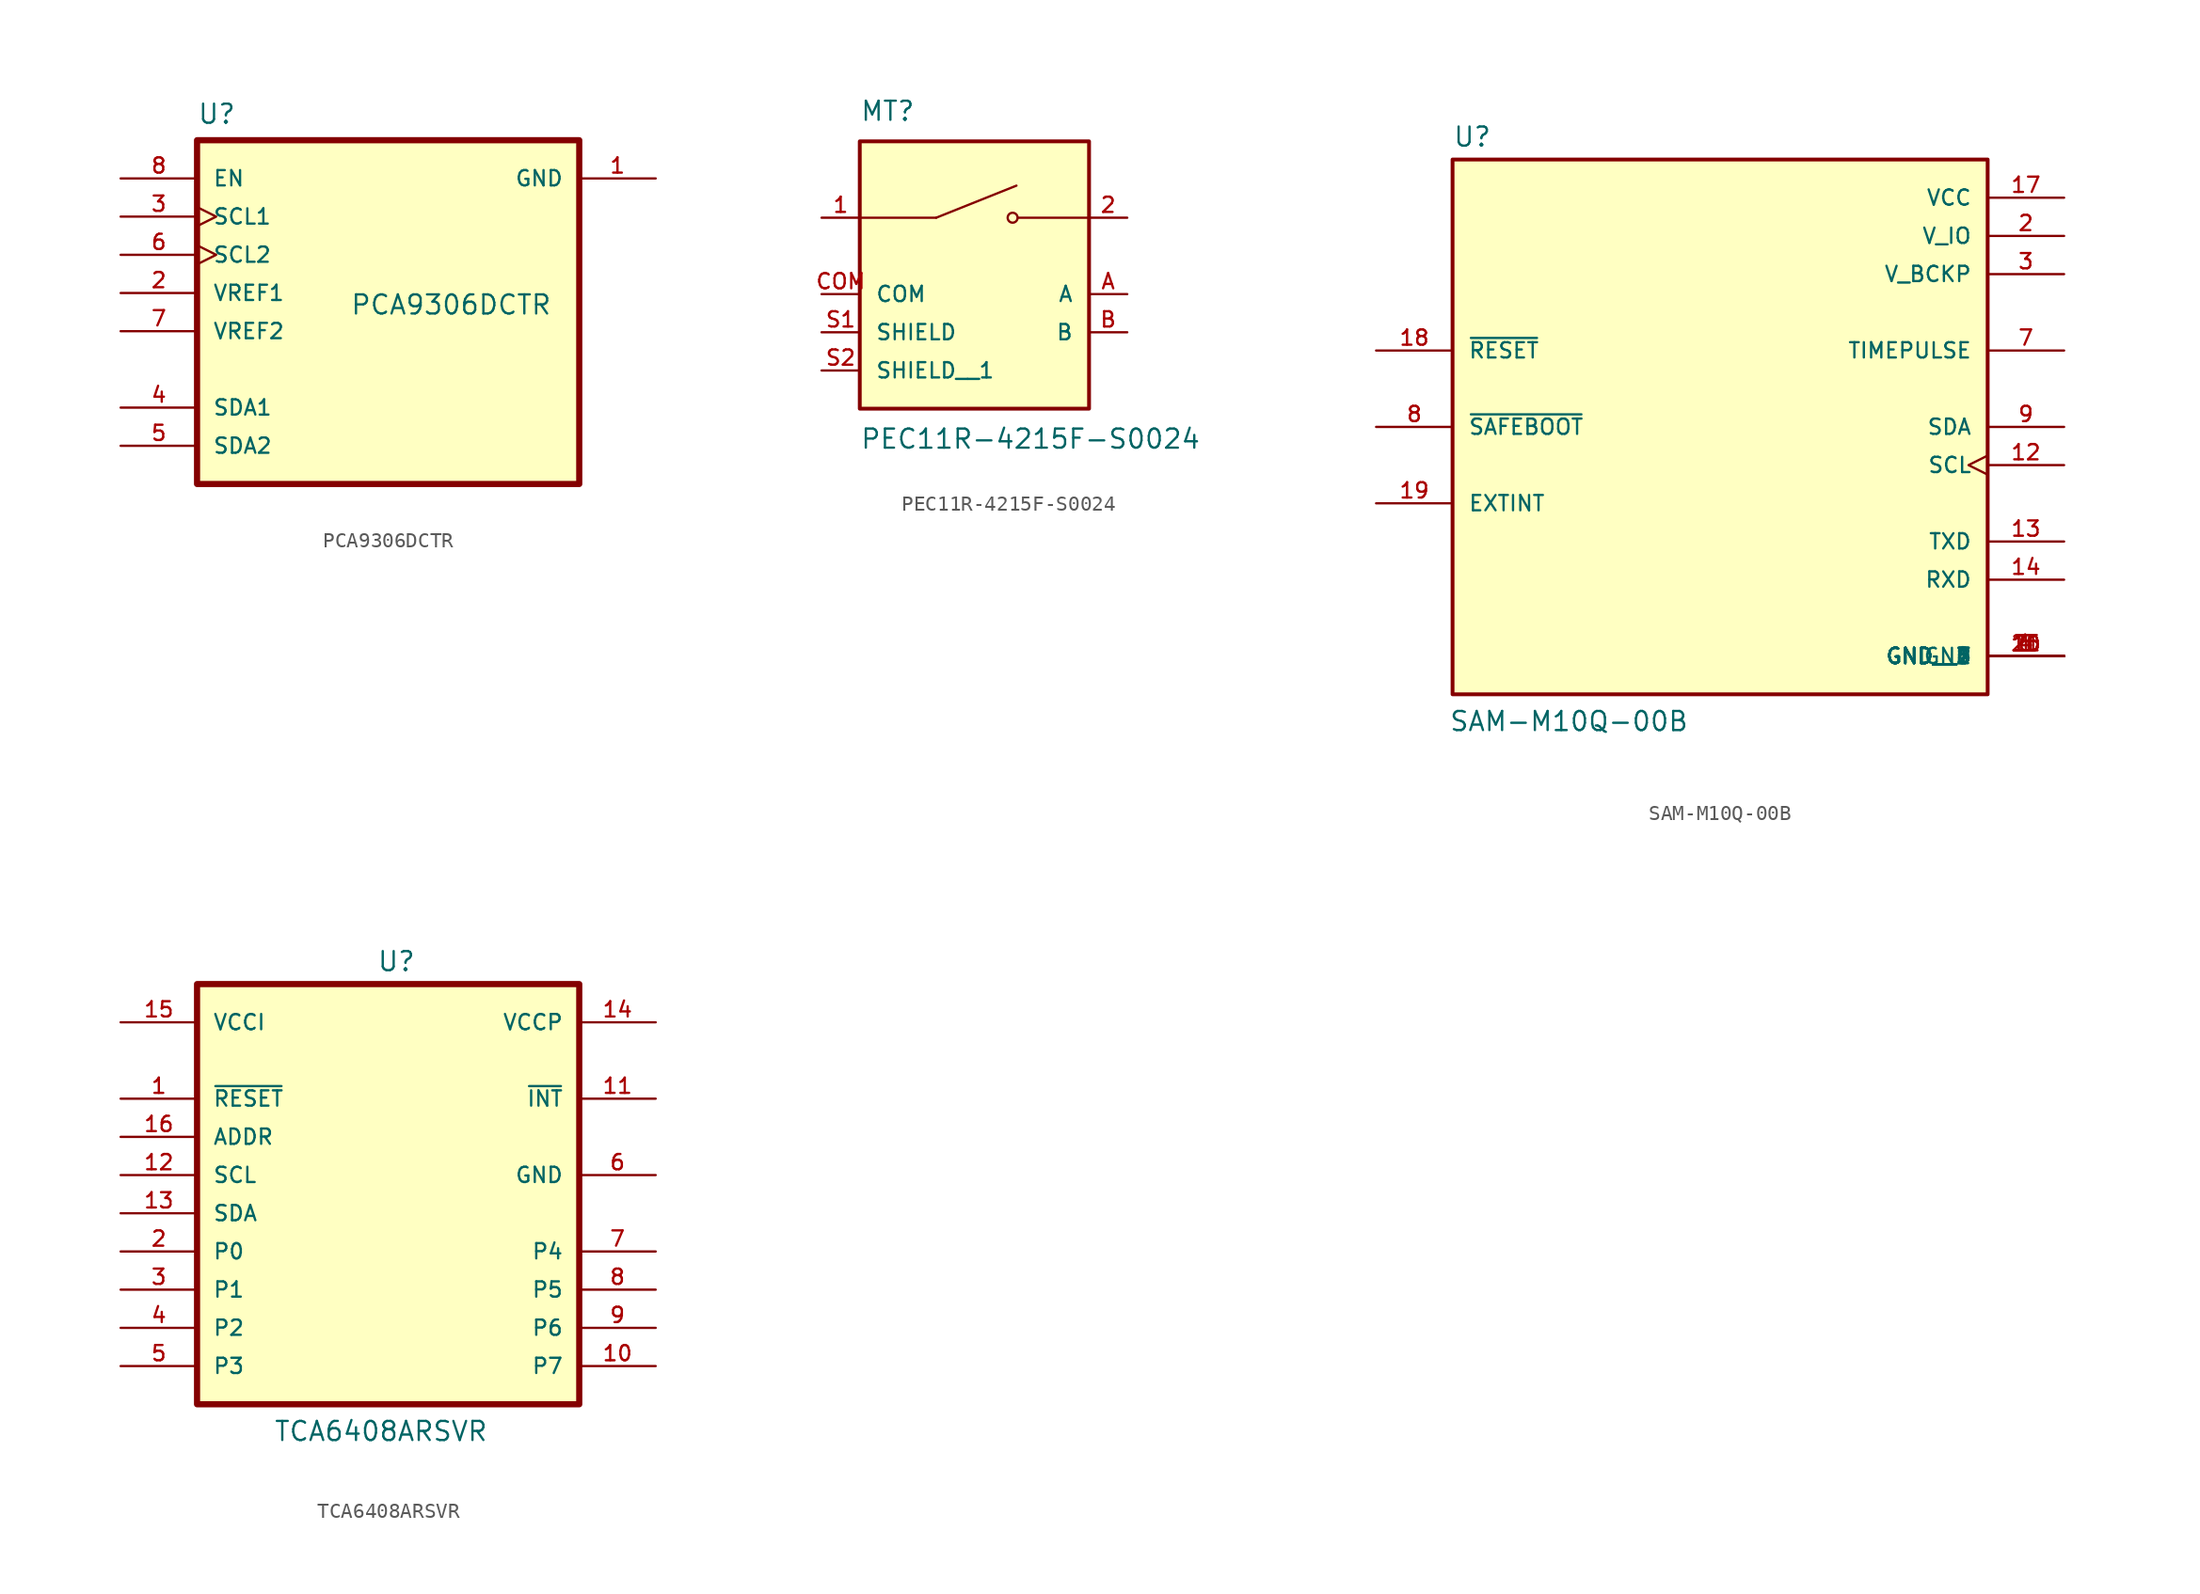
<source format=kicad_sym>
(kicad_symbol_lib
  (version 20231120)
  (generator "kicad_symbol_editor")
  (generator_version "8.0")
  (symbol "PCA9306DCTR"
    (pin_names
      (offset 1.016))
    (property "Reference" "U"
      (at -12.7 16.24 0)
      (effects (font (size 1.27 1.27)) (justify left bottom)))
    (property "Value" "PCA9306DCTR"
      (at -2.54 3.556 0)
      (effects (font (size 1.27 1.27)) (justify left bottom)))
    (symbol "PCA9306DCTR_0_0"
      (rectangle (start -12.7 15.24) (end 12.7 -7.62) (stroke (width 0.41) (type default)) (fill (type background)))
      (pin power_in line (at 17.78 12.7 180) (length 5.08) (name "GND" (effects (font (size 1.016 1.016)))) (number "1" (effects (font (size 1.016 1.016)))))
      (pin input line (at -17.78 5.08 0) (length 5.08) (name "VREF1" (effects (font (size 1.016 1.016)))) (number "2" (effects (font (size 1.016 1.016)))))
      (pin input clock (at -17.78 10.16 0) (length 5.08) (name "SCL1" (effects (font (size 1.016 1.016)))) (number "3" (effects (font (size 1.016 1.016)))))
      (pin bidirectional line (at -17.78 -2.54 0) (length 5.08) (name "SDA1" (effects (font (size 1.016 1.016)))) (number "4" (effects (font (size 1.016 1.016)))))
      (pin bidirectional line (at -17.78 -5.08 0) (length 5.08) (name "SDA2" (effects (font (size 1.016 1.016)))) (number "5" (effects (font (size 1.016 1.016)))))
      (pin input clock (at -17.78 7.62 0) (length 5.08) (name "SCL2" (effects (font (size 1.016 1.016)))) (number "6" (effects (font (size 1.016 1.016)))))
      (pin input line (at -17.78 2.54 0) (length 5.08) (name "VREF2" (effects (font (size 1.016 1.016)))) (number "7" (effects (font (size 1.016 1.016)))))
      (pin input line (at -17.78 12.7 0) (length 5.08) (name "EN" (effects (font (size 1.016 1.016)))) (number "8" (effects (font (size 1.016 1.016)))))))
  (symbol "PEC11R-4215F-S0024"
    (pin_names
      (offset 1.016))
    (property "Reference" "MT"
      (at -7.62 8.89 0)
      (effects (font (size 1.27 1.27)) (justify left bottom)))
    (property "Value" "PEC11R-4215F-S0024"
      (at -7.62 -11.43 0)
      (effects (font (size 1.27 1.27)) (justify left top)))
    (symbol "PEC11R-4215F-S0024_0_0"
      (rectangle (start -7.62 -10.16) (end 7.62 7.62) (stroke (width 0.254) (type default)) (fill (type background)))
      (polyline (pts (xy -2.54 2.54) (xy -7.62 2.54)) (stroke (width 0.152) (type default)) (fill (type none)))
      (polyline (pts (xy -2.54 2.54) (xy 2.794 4.674)) (stroke (width 0.152) (type default)) (fill (type none)))
      (polyline (pts (xy 7.62 2.54) (xy 2.921 2.54)) (stroke (width 0.152) (type default)) (fill (type none)))
      (circle (center 2.54 2.54) (radius 0.33) (stroke (width 0.152) (type default)) (fill (type none)))
      (pin passive line (at -10.16 2.54 0) (length 2.54) (name "~" (effects (font (size 1.016 1.016)))) (number "1" (effects (font (size 1.016 1.016)))))
      (pin passive line (at 10.16 2.54 180) (length 2.54) (name "~" (effects (font (size 1.016 1.016)))) (number "2" (effects (font (size 1.016 1.016)))))
      (pin passive line (at 10.16 -2.54 180) (length 2.54) (name "A" (effects (font (size 1.016 1.016)))) (number "A" (effects (font (size 1.016 1.016)))))
      (pin passive line (at 10.16 -5.08 180) (length 2.54) (name "B" (effects (font (size 1.016 1.016)))) (number "B" (effects (font (size 1.016 1.016)))))
      (pin passive line (at -10.16 -2.54 0) (length 2.54) (name "COM" (effects (font (size 1.016 1.016)))) (number "COM" (effects (font (size 1.016 1.016)))))
      (pin passive line (at -10.16 -5.08 0) (length 2.54) (name "SHIELD" (effects (font (size 1.016 1.016)))) (number "S1" (effects (font (size 1.016 1.016)))))
      (pin passive line (at -10.16 -7.62 0) (length 2.54) (name "SHIELD__1" (effects (font (size 1.016 1.016)))) (number "S2" (effects (font (size 1.016 1.016)))))))
  (symbol "SAM-M10Q-00B"
    (pin_names
      (offset 1.016))
    (property "Reference" "U"
      (at -17.78 18.542 0)
      (effects (font (size 1.27 1.27)) (justify left bottom)))
    (property "Value" "SAM-M10Q-00B"
      (at -18.034 -20.32 0)
      (effects (font (size 1.27 1.27)) (justify left bottom)))
    (symbol "SAM-M10Q-00B_0_0"
      (rectangle (start -17.78 17.78) (end 17.78 -17.78) (stroke (width 0.254) (type default)) (fill (type background)))
      (pin power_in line (at 22.86 -15.24 180) (length 5.08) (name "GND" (effects (font (size 1.016 1.016)))) (number "1" (effects (font (size 1.016 1.016)))))
      (pin power_in line (at 22.86 -15.24 180) (length 5.08) (name "GND__4" (effects (font (size 1.016 1.016)))) (number "10" (effects (font (size 1.016 1.016)))))
      (pin power_in line (at 22.86 -15.24 180) (length 5.08) (name "GND__5" (effects (font (size 1.016 1.016)))) (number "11" (effects (font (size 1.016 1.016)))))
      (pin input clock (at 22.86 -2.54 180) (length 5.08) (name "SCL" (effects (font (size 1.016 1.016)))) (number "12" (effects (font (size 1.016 1.016)))))
      (pin output line (at 22.86 -7.62 180) (length 5.08) (name "TXD" (effects (font (size 1.016 1.016)))) (number "13" (effects (font (size 1.016 1.016)))))
      (pin input line (at 22.86 -10.16 180) (length 5.08) (name "RXD" (effects (font (size 1.016 1.016)))) (number "14" (effects (font (size 1.016 1.016)))))
      (pin power_in line (at 22.86 -15.24 180) (length 5.08) (name "GND__6" (effects (font (size 1.016 1.016)))) (number "15" (effects (font (size 1.016 1.016)))))
      (pin power_in line (at 22.86 -15.24 180) (length 5.08) (name "GND__7" (effects (font (size 1.016 1.016)))) (number "16" (effects (font (size 1.016 1.016)))))
      (pin power_in line (at 22.86 15.24 180) (length 5.08) (name "VCC" (effects (font (size 1.016 1.016)))) (number "17" (effects (font (size 1.016 1.016)))))
      (pin input line (at -22.86 5.08 0) (length 5.08) (name "~{RESET}" (effects (font (size 1.016 1.016)))) (number "18" (effects (font (size 1.016 1.016)))))
      (pin input line (at -22.86 -5.08 0) (length 5.08) (name "EXTINT" (effects (font (size 1.016 1.016)))) (number "19" (effects (font (size 1.016 1.016)))))
      (pin power_in line (at 22.86 12.7 180) (length 5.08) (name "V_IO" (effects (font (size 1.016 1.016)))) (number "2" (effects (font (size 1.016 1.016)))))
      (pin power_in line (at 22.86 -15.24 180) (length 5.08) (name "GND__8" (effects (font (size 1.016 1.016)))) (number "20" (effects (font (size 1.016 1.016)))))
      (pin power_in line (at 22.86 10.16 180) (length 5.08) (name "V_BCKP" (effects (font (size 1.016 1.016)))) (number "3" (effects (font (size 1.016 1.016)))))
      (pin power_in line (at 22.86 -15.24 180) (length 5.08) (name "GND__1" (effects (font (size 1.016 1.016)))) (number "4" (effects (font (size 1.016 1.016)))))
      (pin power_in line (at 22.86 -15.24 180) (length 5.08) (name "GND__2" (effects (font (size 1.016 1.016)))) (number "5" (effects (font (size 1.016 1.016)))))
      (pin power_in line (at 22.86 -15.24 180) (length 5.08) (name "GND__3" (effects (font (size 1.016 1.016)))) (number "6" (effects (font (size 1.016 1.016)))))
      (pin output line (at 22.86 5.08 180) (length 5.08) (name "TIMEPULSE" (effects (font (size 1.016 1.016)))) (number "7" (effects (font (size 1.016 1.016)))))
      (pin input line (at -22.86 0 0) (length 5.08) (name "~{SAFEBOOT}" (effects (font (size 1.016 1.016)))) (number "8" (effects (font (size 1.016 1.016)))))
      (pin bidirectional line (at 22.86 0 180) (length 5.08) (name "SDA" (effects (font (size 1.016 1.016)))) (number "9" (effects (font (size 1.016 1.016)))))))
  (symbol "TCA6408ARSVR"
    (pin_names
      (offset 1.016))
    (property "Reference" "U"
      (at -0.762 18.542 0)
      (effects (font (size 1.27 1.27)) (justify left bottom)))
    (property "Value" "TCA6408ARSVR"
      (at -7.62 -12.7 0)
      (effects (font (size 1.27 1.27)) (justify left bottom)))
    (symbol "TCA6408ARSVR_0_0"
      (rectangle (start -12.7 17.78) (end 12.7 -10.16) (stroke (width 0.41) (type default)) (fill (type background)))
      (pin input line (at -17.78 10.16 0) (length 5.08) (name "~{RESET}" (effects (font (size 1.016 1.016)))) (number "1" (effects (font (size 1.016 1.016)))))
      (pin bidirectional line (at 17.78 -7.62 180) (length 5.08) (name "P7" (effects (font (size 1.016 1.016)))) (number "10" (effects (font (size 1.016 1.016)))))
      (pin output line (at 17.78 10.16 180) (length 5.08) (name "~{INT}" (effects (font (size 1.016 1.016)))) (number "11" (effects (font (size 1.016 1.016)))))
      (pin input line (at -17.78 5.08 0) (length 5.08) (name "SCL" (effects (font (size 1.016 1.016)))) (number "12" (effects (font (size 1.016 1.016)))))
      (pin bidirectional line (at -17.78 2.54 0) (length 5.08) (name "SDA" (effects (font (size 1.016 1.016)))) (number "13" (effects (font (size 1.016 1.016)))))
      (pin power_in line (at 17.78 15.24 180) (length 5.08) (name "VCCP" (effects (font (size 1.016 1.016)))) (number "14" (effects (font (size 1.016 1.016)))))
      (pin power_in line (at -17.78 15.24 0) (length 5.08) (name "VCCI" (effects (font (size 1.016 1.016)))) (number "15" (effects (font (size 1.016 1.016)))))
      (pin input line (at -17.78 7.62 0) (length 5.08) (name "ADDR" (effects (font (size 1.016 1.016)))) (number "16" (effects (font (size 1.016 1.016)))))
      (pin bidirectional line (at -17.78 0 0) (length 5.08) (name "P0" (effects (font (size 1.016 1.016)))) (number "2" (effects (font (size 1.016 1.016)))))
      (pin bidirectional line (at -17.78 -2.54 0) (length 5.08) (name "P1" (effects (font (size 1.016 1.016)))) (number "3" (effects (font (size 1.016 1.016)))))
      (pin bidirectional line (at -17.78 -5.08 0) (length 5.08) (name "P2" (effects (font (size 1.016 1.016)))) (number "4" (effects (font (size 1.016 1.016)))))
      (pin bidirectional line (at -17.78 -7.62 0) (length 5.08) (name "P3" (effects (font (size 1.016 1.016)))) (number "5" (effects (font (size 1.016 1.016)))))
      (pin power_in line (at 17.78 5.08 180) (length 5.08) (name "GND" (effects (font (size 1.016 1.016)))) (number "6" (effects (font (size 1.016 1.016)))))
      (pin bidirectional line (at 17.78 0 180) (length 5.08) (name "P4" (effects (font (size 1.016 1.016)))) (number "7" (effects (font (size 1.016 1.016)))))
      (pin bidirectional line (at 17.78 -2.54 180) (length 5.08) (name "P5" (effects (font (size 1.016 1.016)))) (number "8" (effects (font (size 1.016 1.016)))))
      (pin bidirectional line (at 17.78 -5.08 180) (length 5.08) (name "P6" (effects (font (size 1.016 1.016)))) (number "9" (effects (font (size 1.016 1.016))))))))
</source>
